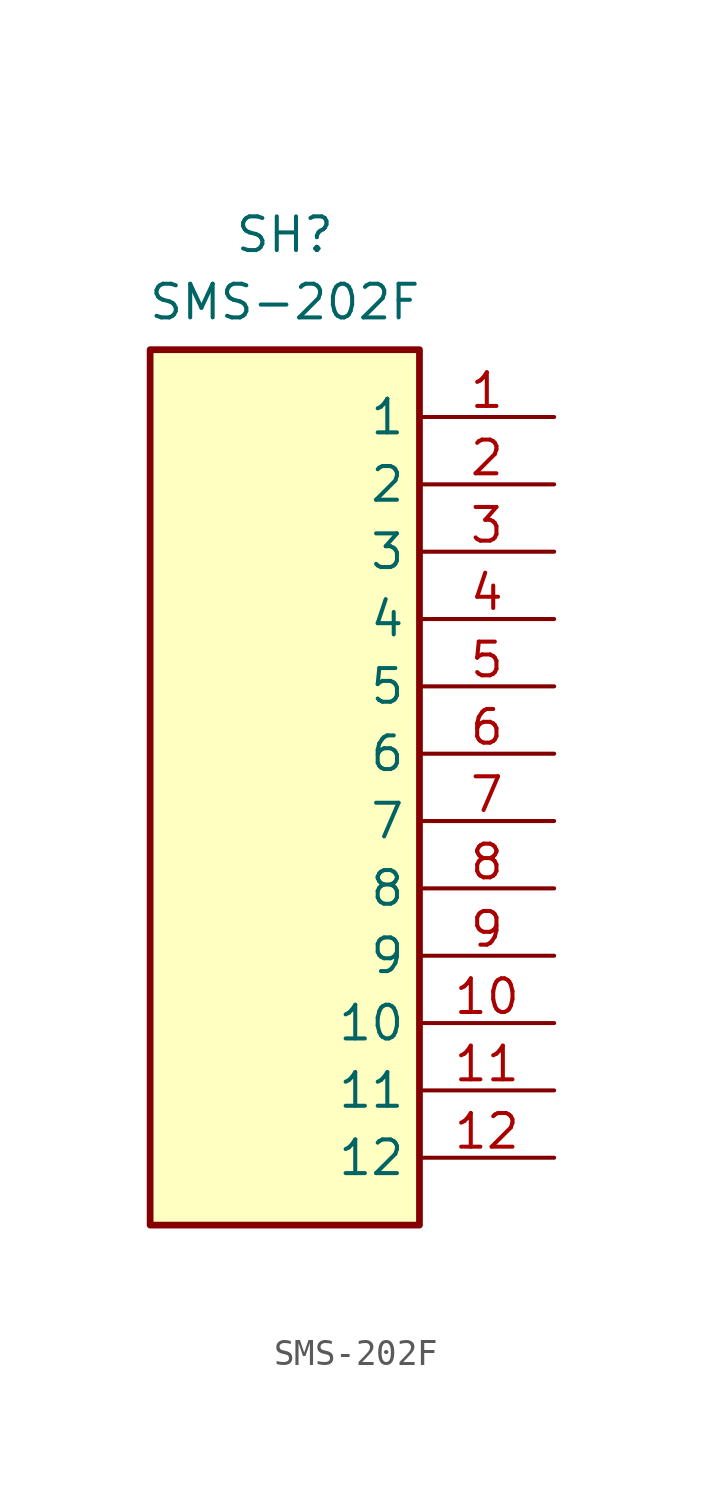
<source format=kicad_sym>
(kicad_symbol_lib
  (version 20220914)
  (generator kicad_symbol_editor)
  (symbol "SMS-202F"
    (property "Reference" "SH"
      (at 0 12.7 0)
      (effects (font (size 1.27 1.27)) (justify top)))
    (property "Value" "SMS-202F"
      (at 0 10.16 0)
      (effects (font (size 1.27 1.27)) (justify top)))
    (symbol "SMS-202F_1_1"
      (rectangle (start -5.08 7.62) (end 5.08 -25.4) (stroke (width 0.254) (type default)) (fill (type background)))
      (pin passive line (at 10.16 5.08 180) (length 5.08) (name "1" (effects (font (size 1.27 1.27)))) (number "1" (effects (font (size 1.27 1.27)))))
      (pin passive line (at 10.16 -17.78 180) (length 5.08) (name "10" (effects (font (size 1.27 1.27)))) (number "10" (effects (font (size 1.27 1.27)))))
      (pin passive line (at 10.16 -20.32 180) (length 5.08) (name "11" (effects (font (size 1.27 1.27)))) (number "11" (effects (font (size 1.27 1.27)))))
      (pin passive line (at 10.16 -22.86 180) (length 5.08) (name "12" (effects (font (size 1.27 1.27)))) (number "12" (effects (font (size 1.27 1.27)))))
      (pin passive line (at 10.16 2.54 180) (length 5.08) (name "2" (effects (font (size 1.27 1.27)))) (number "2" (effects (font (size 1.27 1.27)))))
      (pin passive line (at 10.16 0 180) (length 5.08) (name "3" (effects (font (size 1.27 1.27)))) (number "3" (effects (font (size 1.27 1.27)))))
      (pin passive line (at 10.16 -2.54 180) (length 5.08) (name "4" (effects (font (size 1.27 1.27)))) (number "4" (effects (font (size 1.27 1.27)))))
      (pin passive line (at 10.16 -5.08 180) (length 5.08) (name "5" (effects (font (size 1.27 1.27)))) (number "5" (effects (font (size 1.27 1.27)))))
      (pin passive line (at 10.16 -7.62 180) (length 5.08) (name "6" (effects (font (size 1.27 1.27)))) (number "6" (effects (font (size 1.27 1.27)))))
      (pin passive line (at 10.16 -10.16 180) (length 5.08) (name "7" (effects (font (size 1.27 1.27)))) (number "7" (effects (font (size 1.27 1.27)))))
      (pin passive line (at 10.16 -12.7 180) (length 5.08) (name "8" (effects (font (size 1.27 1.27)))) (number "8" (effects (font (size 1.27 1.27)))))
      (pin passive line (at 10.16 -15.24 180) (length 5.08) (name "9" (effects (font (size 1.27 1.27)))) (number "9" (effects (font (size 1.27 1.27))))))))
</source>
